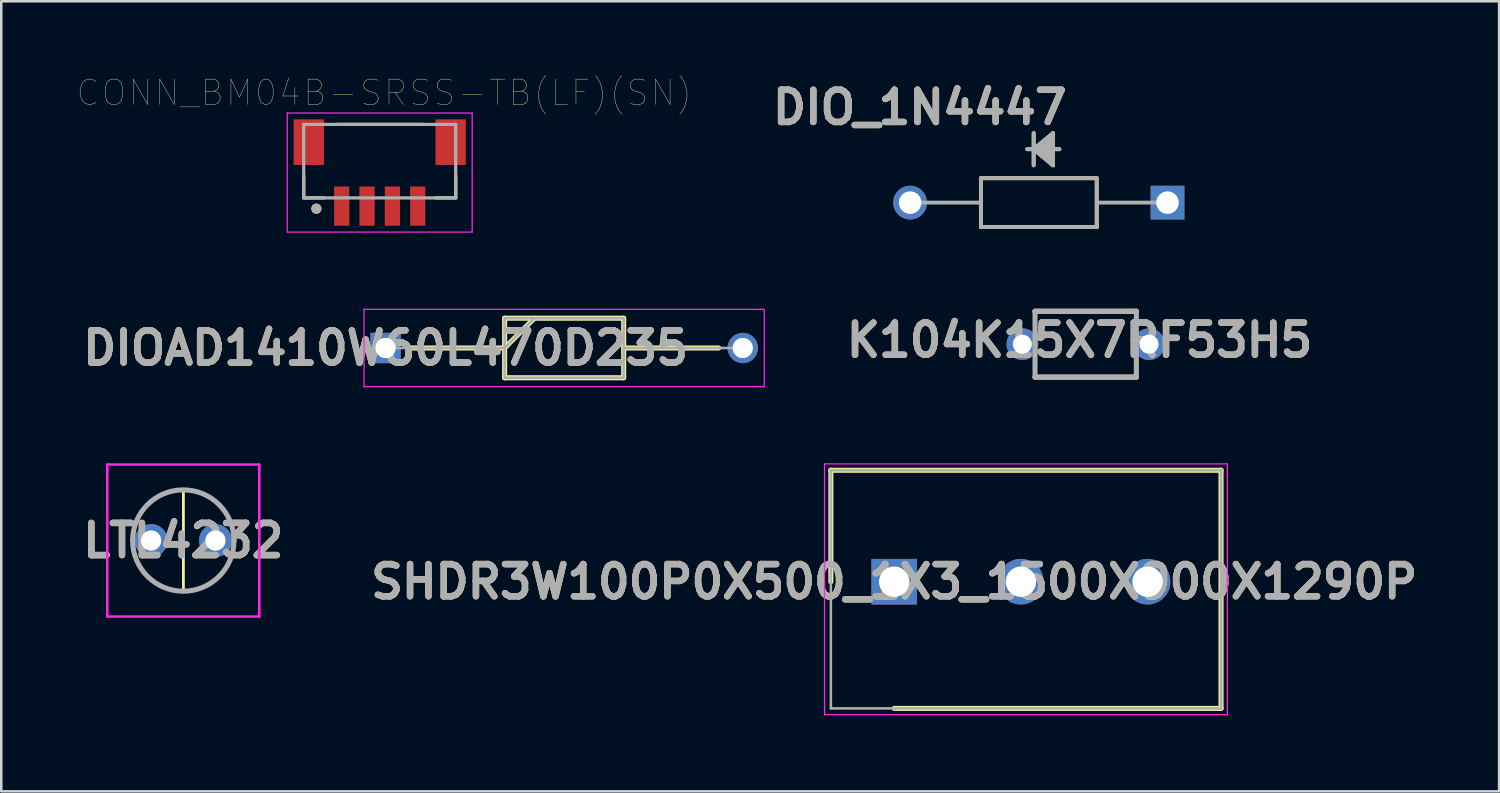
<source format=kicad_pcb>
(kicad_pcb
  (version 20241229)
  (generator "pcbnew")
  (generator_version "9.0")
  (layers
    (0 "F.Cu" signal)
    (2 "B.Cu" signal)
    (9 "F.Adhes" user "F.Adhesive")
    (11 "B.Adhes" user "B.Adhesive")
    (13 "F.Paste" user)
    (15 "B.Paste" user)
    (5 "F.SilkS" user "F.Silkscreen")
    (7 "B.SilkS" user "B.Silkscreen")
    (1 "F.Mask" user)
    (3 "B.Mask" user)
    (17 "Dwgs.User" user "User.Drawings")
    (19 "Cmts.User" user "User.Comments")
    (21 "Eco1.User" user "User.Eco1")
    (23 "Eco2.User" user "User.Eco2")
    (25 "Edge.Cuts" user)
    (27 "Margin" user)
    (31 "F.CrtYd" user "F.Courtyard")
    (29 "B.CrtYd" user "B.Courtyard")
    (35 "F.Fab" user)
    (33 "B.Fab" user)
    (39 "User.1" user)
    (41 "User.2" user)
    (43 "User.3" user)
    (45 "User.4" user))
  (footprint "K104K15X7RF53H5"
    (layer "F.Cu")
    (at 39.804 10.536)
    (property "Reference" "K104K15X7RF53H5" (at -0.245 -0.159 0) (layer "F.SilkS") (effects (font (size 1.27 1.27) (thickness 0.254))))
    (attr through_hole)
    (fp_line (start -2 -1.3) (end 2 -1.3) (stroke (width 0.2) (type solid)) (layer "F.SilkS"))
    (fp_line (start -2 1.3) (end 2 1.3) (stroke (width 0.2) (type solid)) (layer "F.SilkS"))
    (fp_line (start -2 -1.3) (end 2 -1.3) (stroke (width 0.2) (type solid)) (layer "F.Fab"))
    (fp_line (start -2 1.3) (end -2 -1.3) (stroke (width 0.2) (type solid)) (layer "F.Fab"))
    (fp_line (start 2 -1.3) (end 2 1.3) (stroke (width 0.2) (type solid)) (layer "F.Fab"))
    (fp_line (start 2 1.3) (end -2 1.3) (stroke (width 0.2) (type solid)) (layer "F.Fab"))
    (fp_text user "${REFERENCE}" (at -0.245 -0.159 0) (layer "F.Fab") (effects (font (size 1.27 1.27) (thickness 0.254))))
    (pad "1" thru_hole circle (at -2.5 0) (size 1.25 1.25) (drill 0.75) (layers "*.Cu" "*.Mask"))
    (pad "2" thru_hole circle (at 2.5 0) (size 1.25 1.25) (drill 0.75) (layers "*.Cu" "*.Mask")))
  (footprint "DIOAD1410W60L470D235"
    (layer "F.Cu")
    (at 12.168 10.686)
    (property "Reference" "DIOAD1410W60L470D235" (at 0 0 0) (layer "F.SilkS") (effects (font (size 1.27 1.27) (thickness 0.254))))
    (attr through_hole)
    (fp_line (start 0.95 0) (end 4.7 0) (stroke (width 0.2) (type solid)) (layer "F.SilkS"))
    (fp_line (start 4.7 -1.175) (end 9.4 -1.175) (stroke (width 0.2) (type solid)) (layer "F.SilkS"))
    (fp_line (start 4.7 0) (end 5.875 -1.175) (stroke (width 0.2) (type solid)) (layer "F.SilkS"))
    (fp_line (start 4.7 1.175) (end 4.7 -1.175) (stroke (width 0.2) (type solid)) (layer "F.SilkS"))
    (fp_line (start 9.4 -1.175) (end 9.4 1.175) (stroke (width 0.2) (type solid)) (layer "F.SilkS"))
    (fp_line (start 9.4 0) (end 13.15 0) (stroke (width 0.2) (type solid)) (layer "F.SilkS"))
    (fp_line (start 9.4 1.175) (end 4.7 1.175) (stroke (width 0.2) (type solid)) (layer "F.SilkS"))
    (fp_line (start -0.85 -1.525) (end 14.95 -1.525) (stroke (width 0.05) (type solid)) (layer "F.CrtYd"))
    (fp_line (start -0.85 1.525) (end -0.85 -1.525) (stroke (width 0.05) (type solid)) (layer "F.CrtYd"))
    (fp_line (start 14.95 -1.525) (end 14.95 1.525) (stroke (width 0.05) (type solid)) (layer "F.CrtYd"))
    (fp_line (start 14.95 1.525) (end -0.85 1.525) (stroke (width 0.05) (type solid)) (layer "F.CrtYd"))
    (fp_line (start 0 0) (end 4.7 0) (stroke (width 0.1) (type solid)) (layer "F.Fab"))
    (fp_line (start 4.7 -1.175) (end 9.4 -1.175) (stroke (width 0.1) (type solid)) (layer "F.Fab"))
    (fp_line (start 4.7 0) (end 5.875 -1.175) (stroke (width 0.1) (type solid)) (layer "F.Fab"))
    (fp_line (start 4.7 1.175) (end 4.7 -1.175) (stroke (width 0.1) (type solid)) (layer "F.Fab"))
    (fp_line (start 9.4 -1.175) (end 9.4 1.175) (stroke (width 0.1) (type solid)) (layer "F.Fab"))
    (fp_line (start 9.4 0) (end 14.1 0) (stroke (width 0.1) (type solid)) (layer "F.Fab"))
    (fp_line (start 9.4 1.175) (end 4.7 1.175) (stroke (width 0.1) (type solid)) (layer "F.Fab"))
    (fp_text user "${REFERENCE}" (at 0 0 0) (layer "F.Fab") (effects (font (size 1.27 1.27) (thickness 0.254))))
    (pad "1" thru_hole rect (at 0 0) (size 1.2 1.2) (drill 0.8) (layers "*.Cu" "*.Mask"))
    (pad "2" thru_hole circle (at 14.1 0) (size 1.2 1.2) (drill 0.8) (layers "*.Cu" "*.Mask")))
  (footprint "LTL4232"
    (layer "F.Cu")
    (at 2.915 18.286)
    (property "Reference" "LTL4232" (at 1.27 0 0) (layer "F.SilkS") (effects (font (size 1.27 1.27) (thickness 0.254))))
    (attr through_hole)
    (fp_line (start 1.27 -2) (end 1.27 2) (stroke (width 0.1) (type solid)) (layer "F.SilkS"))
    (fp_line (start 1.27 2) (end 1.27 -2) (stroke (width 0.1) (type solid)) (layer "F.SilkS"))
    (fp_line (start -1.73 -3) (end 4.27 -3) (stroke (width 0.1) (type solid)) (layer "F.CrtYd"))
    (fp_line (start -1.73 3) (end -1.73 -3) (stroke (width 0.1) (type solid)) (layer "F.CrtYd"))
    (fp_line (start 4.27 -3) (end 4.27 3) (stroke (width 0.1) (type solid)) (layer "F.CrtYd"))
    (fp_line (start 4.27 3) (end -1.73 3) (stroke (width 0.1) (type solid)) (layer "F.CrtYd"))
    (fp_line (start -0.73 0) (end -0.73 0) (stroke (width 0.2) (type solid)) (layer "F.Fab"))
    (fp_line (start 3.27 0) (end 3.27 0) (stroke (width 0.2) (type solid)) (layer "F.Fab"))
    (fp_arc (start -0.73 0) (mid 1.27 -2) (end 3.27 0) (stroke (width 0.2) (type solid)) (layer "F.Fab"))
    (fp_arc (start 3.27 0) (mid 1.27 2) (end -0.73 0) (stroke (width 0.2) (type solid)) (layer "F.Fab"))
    (fp_text user "${REFERENCE}" (at 1.27 0 0) (layer "F.Fab") (effects (font (size 1.27 1.27) (thickness 0.254))))
    (pad "1" thru_hole circle (at 0 0) (size 1.3 1.3) (drill 0.8) (layers "*.Cu" "*.Mask"))
    (pad "2" thru_hole circle (at 2.54 0) (size 1.3 1.3) (drill 0.8) (layers "*.Cu" "*.Mask")))
  (footprint "SHDR3W100P0X500_1X3_1500X900X1290P"
    (layer "F.Cu")
    (at 32.246 19.911)
    (property "Reference" "SHDR3W100P0X500_1X3_1500X900X1290P" (at 0 0 0) (layer "F.SilkS") (effects (font (size 1.27 1.27) (thickness 0.254))))
    (attr through_hole)
    (fp_line (start -2.5 -4.4) (end -2.5 0) (stroke (width 0.2) (type solid)) (layer "F.SilkS"))
    (fp_line (start 0 5) (end 12.9 5) (stroke (width 0.2) (type solid)) (layer "F.SilkS"))
    (fp_line (start 12.9 -4.4) (end -2.5 -4.4) (stroke (width 0.2) (type solid)) (layer "F.SilkS"))
    (fp_line (start 12.9 5) (end 12.9 -4.4) (stroke (width 0.2) (type solid)) (layer "F.SilkS"))
    (fp_line (start -2.75 -4.65) (end 13.15 -4.65) (stroke (width 0.05) (type solid)) (layer "F.CrtYd"))
    (fp_line (start -2.75 5.25) (end -2.75 -4.65) (stroke (width 0.05) (type solid)) (layer "F.CrtYd"))
    (fp_line (start 13.15 -4.65) (end 13.15 5.25) (stroke (width 0.05) (type solid)) (layer "F.CrtYd"))
    (fp_line (start 13.15 5.25) (end -2.75 5.25) (stroke (width 0.05) (type solid)) (layer "F.CrtYd"))
    (fp_line (start -2.5 -4.4) (end 12.9 -4.4) (stroke (width 0.1) (type solid)) (layer "F.Fab"))
    (fp_line (start -2.5 5) (end -2.5 -4.4) (stroke (width 0.1) (type solid)) (layer "F.Fab"))
    (fp_line (start 12.9 -4.4) (end 12.9 5) (stroke (width 0.1) (type solid)) (layer "F.Fab"))
    (fp_line (start 12.9 5) (end -2.5 5) (stroke (width 0.1) (type solid)) (layer "F.Fab"))
    (fp_text user "${REFERENCE}" (at 0 0 0) (layer "F.Fab") (effects (font (size 1.27 1.27) (thickness 0.254))))
    (pad "1" thru_hole rect (at 0 0) (size 1.8 1.8) (drill 1.2) (layers "*.Cu" "*.Mask"))
    (pad "2" thru_hole circle (at 5 0) (size 1.8 1.8) (drill 1.2) (layers "*.Cu" "*.Mask"))
    (pad "3" thru_hole circle (at 10 0) (size 1.8 1.8) (drill 1.2) (layers "*.Cu" "*.Mask")))
  (footprint "CONN_BM04B-SRSS-TB(LF)(SN)"
    (layer "F.Cu")
    (at 11.938 3.761)
    (property "Reference" "CONN_BM04B-SRSS-TB(LF)(SN)" (at 0.175 -3.15 0) (layer "F.SilkS") (effects (font (size 1 1) (thickness 0.015))))
    (attr through_hole)
    (fp_line (start -3 0.125) (end -3 1) (stroke (width 0.127) (type solid)) (layer "F.SilkS"))
    (fp_line (start -3 1) (end -2.2 1) (stroke (width 0.127) (type solid)) (layer "F.SilkS"))
    (fp_line (start -1.7 -1.9) (end 1.7 -1.9) (stroke (width 0.127) (type solid)) (layer "F.SilkS"))
    (fp_line (start 3 0.125) (end 3 1) (stroke (width 0.127) (type solid)) (layer "F.SilkS"))
    (fp_line (start 3 1) (end 2.2 1) (stroke (width 0.127) (type solid)) (layer "F.SilkS"))
    (fp_circle (center -2.5 1.425) (end -2.4 1.425) (stroke (width 0.2) (type solid)) (fill no) (layer "F.SilkS"))
    (fp_line (start -3.65 -2.35) (end 3.65 -2.35) (stroke (width 0.05) (type solid)) (layer "F.CrtYd"))
    (fp_line (start -3.65 2.35) (end -3.65 -2.35) (stroke (width 0.05) (type solid)) (layer "F.CrtYd"))
    (fp_line (start 3.65 -2.35) (end 3.65 2.35) (stroke (width 0.05) (type solid)) (layer "F.CrtYd"))
    (fp_line (start 3.65 2.35) (end -3.65 2.35) (stroke (width 0.05) (type solid)) (layer "F.CrtYd"))
    (fp_line (start -3 -1.9) (end 3 -1.9) (stroke (width 0.127) (type solid)) (layer "F.Fab"))
    (fp_line (start -3 1) (end -3 -1.9) (stroke (width 0.127) (type solid)) (layer "F.Fab"))
    (fp_line (start 3 -1.9) (end 3 1) (stroke (width 0.127) (type solid)) (layer "F.Fab"))
    (fp_line (start 3 1) (end -3 1) (stroke (width 0.127) (type solid)) (layer "F.Fab"))
    (fp_circle (center -2.5 1.425) (end -2.4 1.425) (stroke (width 0.2) (type solid)) (fill no) (layer "F.Fab"))
    (pad "1" smd rect (at -1.5 1.325) (size 0.6 1.55) (layers "F.Cu" "F.Mask" "F.Paste"))
    (pad "2" smd rect (at -0.5 1.325) (size 0.6 1.55) (layers "F.Cu" "F.Mask" "F.Paste"))
    (pad "3" smd rect (at 0.5 1.325) (size 0.6 1.55) (layers "F.Cu" "F.Mask" "F.Paste"))
    (pad "4" smd rect (at 1.5 1.325) (size 0.6 1.55) (layers "F.Cu" "F.Mask" "F.Paste"))
    (pad "S1" smd rect (at -2.8 -1.2) (size 1.2 1.8) (layers "F.Cu" "F.Mask" "F.Paste"))
    (pad "S2" smd rect (at 2.8 -1.2) (size 1.2 1.8) (layers "F.Cu" "F.Mask" "F.Paste")))
  (footprint "DIO_1N4447"
    (layer "F.Cu")
    (at 43.034 4.948)
    (property "Reference" "DIO_1N4447" (at -9.779 -3.759 0) (layer "F.SilkS") (effects (font (size 1.27 1.27) (thickness 0.254))))
    (attr through_hole)
    (fp_line (start -7.366 -0.965) (end -7.366 0.965) (stroke (width 0.152) (type solid)) (layer "F.SilkS"))
    (fp_line (start -7.366 0.965) (end -2.794 0.965) (stroke (width 0.152) (type solid)) (layer "F.SilkS"))
    (fp_line (start -5.283 -2.743) (end -5.283 -2.108) (stroke (width 0.152) (type solid)) (layer "F.SilkS"))
    (fp_line (start -5.283 -2.108) (end -5.537 -2.108) (stroke (width 0.152) (type solid)) (layer "F.SilkS"))
    (fp_line (start -5.283 -2.108) (end -5.283 -1.473) (stroke (width 0.152) (type solid)) (layer "F.SilkS"))
    (fp_line (start -5.283 -2.108) (end -4.521 -2.743) (stroke (width 0.152) (type solid)) (layer "F.SilkS"))
    (fp_line (start -5.283 -2.108) (end -4.521 -2.616) (stroke (width 0.152) (type solid)) (layer "F.SilkS"))
    (fp_line (start -5.283 -2.108) (end -4.521 -2.489) (stroke (width 0.152) (type solid)) (layer "F.SilkS"))
    (fp_line (start -5.283 -2.108) (end -4.521 -2.362) (stroke (width 0.152) (type solid)) (layer "F.SilkS"))
    (fp_line (start -5.283 -2.108) (end -4.521 -2.235) (stroke (width 0.152) (type solid)) (layer "F.SilkS"))
    (fp_line (start -5.283 -2.108) (end -4.521 -1.981) (stroke (width 0.152) (type solid)) (layer "F.SilkS"))
    (fp_line (start -5.283 -2.108) (end -4.521 -1.854) (stroke (width 0.152) (type solid)) (layer "F.SilkS"))
    (fp_line (start -5.283 -2.108) (end -4.521 -1.727) (stroke (width 0.152) (type solid)) (layer "F.SilkS"))
    (fp_line (start -5.283 -2.108) (end -4.521 -1.6) (stroke (width 0.152) (type solid)) (layer "F.SilkS"))
    (fp_line (start -5.283 -2.108) (end -4.521 -1.473) (stroke (width 0.152) (type solid)) (layer "F.SilkS"))
    (fp_line (start -4.521 -2.743) (end -4.521 -1.473) (stroke (width 0.152) (type solid)) (layer "F.SilkS"))
    (fp_line (start -4.267 -2.108) (end -5.283 -2.108) (stroke (width 0.152) (type solid)) (layer "F.SilkS"))
    (fp_line (start -2.794 -0.965) (end -7.366 -0.965) (stroke (width 0.152) (type solid)) (layer "F.SilkS"))
    (fp_line (start -2.794 0.965) (end -2.794 -0.965) (stroke (width 0.152) (type solid)) (layer "F.SilkS"))
    (fp_line (start -10.16 0) (end -7.366 0) (stroke (width 0.152) (type solid)) (layer "F.Fab"))
    (fp_line (start -7.366 -0.965) (end -7.366 0.965) (stroke (width 0.152) (type solid)) (layer "F.Fab"))
    (fp_line (start -7.366 0.965) (end -2.794 0.965) (stroke (width 0.152) (type solid)) (layer "F.Fab"))
    (fp_line (start -5.283 -2.743) (end -5.283 -2.108) (stroke (width 0.152) (type solid)) (layer "F.Fab"))
    (fp_line (start -5.283 -2.108) (end -5.537 -2.108) (stroke (width 0.152) (type solid)) (layer "F.Fab"))
    (fp_line (start -5.283 -2.108) (end -5.283 -1.473) (stroke (width 0.152) (type solid)) (layer "F.Fab"))
    (fp_line (start -5.283 -2.108) (end -4.521 -2.743) (stroke (width 0.152) (type solid)) (layer "F.Fab"))
    (fp_line (start -5.283 -2.108) (end -4.521 -2.616) (stroke (width 0.152) (type solid)) (layer "F.Fab"))
    (fp_line (start -5.283 -2.108) (end -4.521 -2.489) (stroke (width 0.152) (type solid)) (layer "F.Fab"))
    (fp_line (start -5.283 -2.108) (end -4.521 -2.362) (stroke (width 0.152) (type solid)) (layer "F.Fab"))
    (fp_line (start -5.283 -2.108) (end -4.521 -2.235) (stroke (width 0.152) (type solid)) (layer "F.Fab"))
    (fp_line (start -5.283 -2.108) (end -4.521 -1.981) (stroke (width 0.152) (type solid)) (layer "F.Fab"))
    (fp_line (start -5.283 -2.108) (end -4.521 -1.854) (stroke (width 0.152) (type solid)) (layer "F.Fab"))
    (fp_line (start -5.283 -2.108) (end -4.521 -1.727) (stroke (width 0.152) (type solid)) (layer "F.Fab"))
    (fp_line (start -5.283 -2.108) (end -4.521 -1.6) (stroke (width 0.152) (type solid)) (layer "F.Fab"))
    (fp_line (start -5.283 -2.108) (end -4.521 -1.473) (stroke (width 0.152) (type solid)) (layer "F.Fab"))
    (fp_line (start -4.521 -2.743) (end -4.521 -1.473) (stroke (width 0.152) (type solid)) (layer "F.Fab"))
    (fp_line (start -4.267 -2.108) (end -5.283 -2.108) (stroke (width 0.152) (type solid)) (layer "F.Fab"))
    (fp_line (start -2.794 -0.965) (end -7.366 -0.965) (stroke (width 0.152) (type solid)) (layer "F.Fab"))
    (fp_line (start -2.794 0.965) (end -2.794 -0.965) (stroke (width 0.152) (type solid)) (layer "F.Fab"))
    (fp_line (start 0 0) (end -2.794 0) (stroke (width 0.152) (type solid)) (layer "F.Fab"))
    (fp_text user "${REFERENCE}" (at -9.779 -3.759 0) (layer "F.Fab") (effects (font (size 1.27 1.27) (thickness 0.254))))
    (pad "1" thru_hole circle (at -10.16 0) (size 1.333 1.333) (drill 0.889) (layers "*.Cu" "*.Mask"))
    (pad "2" thru_hole rect (at 0 0) (size 1.333 1.333) (drill 0.889) (layers "*.Cu" "*.Mask")))
  (gr_rect
    (start -3 -3)
    (end 56.123 28.186)
    (stroke (width 0.1) (type default))
    (fill no)
    (layer "Edge.Cuts")))
</source>
